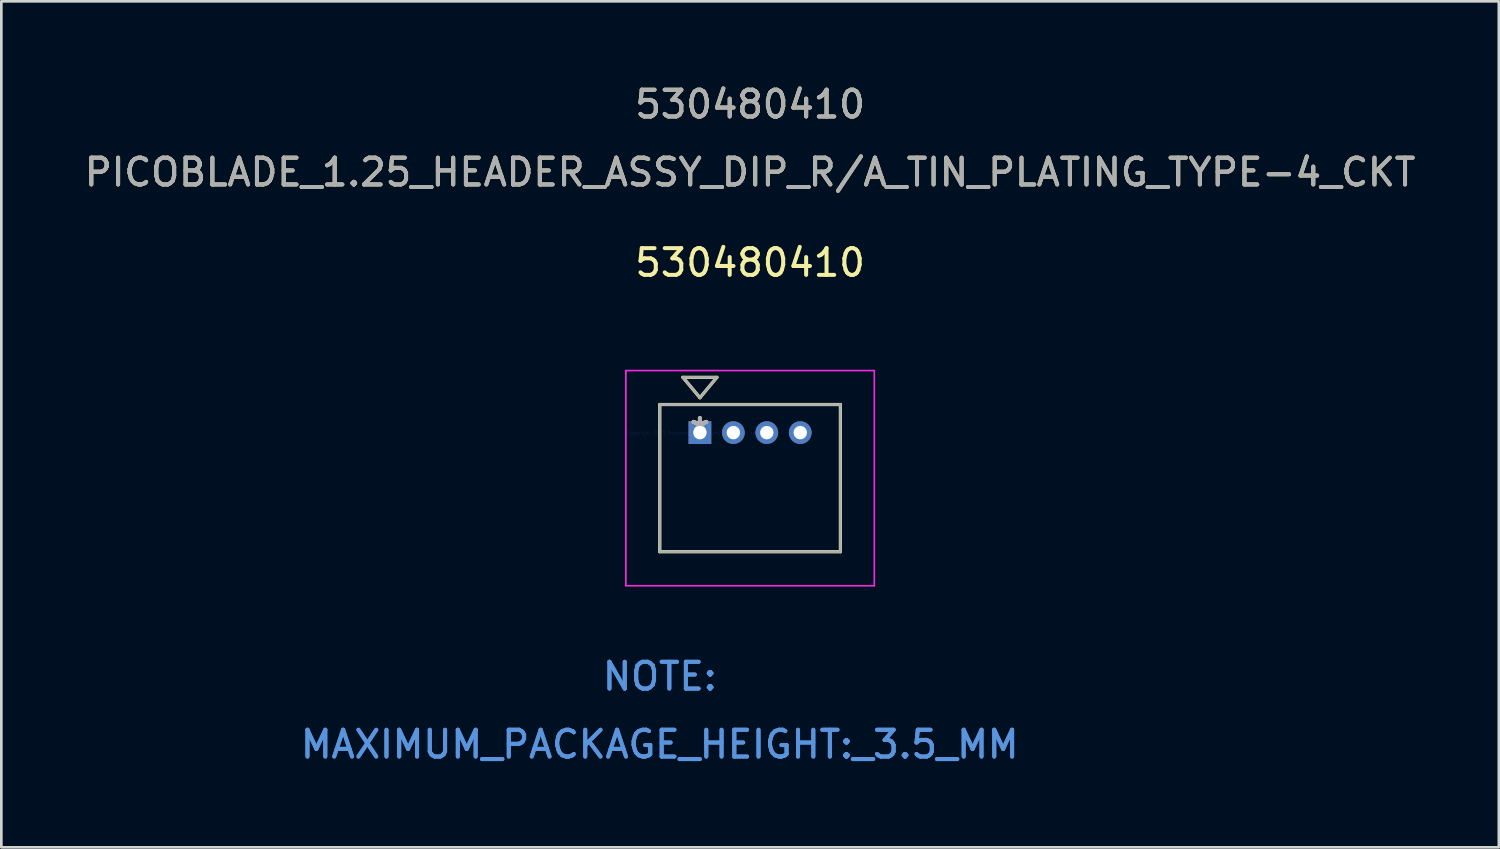
<source format=kicad_pcb>
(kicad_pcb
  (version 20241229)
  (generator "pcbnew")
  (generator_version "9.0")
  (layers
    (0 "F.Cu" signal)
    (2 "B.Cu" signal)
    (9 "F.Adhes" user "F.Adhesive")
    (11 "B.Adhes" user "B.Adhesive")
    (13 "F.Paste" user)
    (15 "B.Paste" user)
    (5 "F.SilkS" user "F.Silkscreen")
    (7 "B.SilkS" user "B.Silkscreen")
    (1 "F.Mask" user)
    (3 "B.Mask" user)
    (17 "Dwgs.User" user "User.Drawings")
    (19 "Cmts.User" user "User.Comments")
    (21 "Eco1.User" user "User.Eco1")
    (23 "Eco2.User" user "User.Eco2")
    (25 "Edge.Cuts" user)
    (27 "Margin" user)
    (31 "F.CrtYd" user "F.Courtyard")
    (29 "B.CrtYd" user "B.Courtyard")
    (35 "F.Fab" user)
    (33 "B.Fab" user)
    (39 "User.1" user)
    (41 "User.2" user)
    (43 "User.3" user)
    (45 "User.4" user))
  (footprint "530480410"
    (layer "F.Cu")
    (at 23.107 13.118)
    (property "Reference" "530480410" (at 1.875 -6.35 0) (layer "F.SilkS") (effects (font (size 1 1) (thickness 0.15))))
    (attr through_hole)
    (fp_line (start -1.5 -1.05) (end -1.5 4.45) (stroke (width 0.12) (type solid)) (layer "F.SilkS"))
    (fp_line (start -1.5 4.45) (end 5.25 4.45) (stroke (width 0.12) (type solid)) (layer "F.SilkS"))
    (fp_line (start -0.635 -2.066) (end 0 -1.304) (stroke (width 0.12) (type solid)) (layer "F.SilkS"))
    (fp_line (start 0 -1.304) (end 0.635 -2.066) (stroke (width 0.12) (type solid)) (layer "F.SilkS"))
    (fp_line (start 0.635 -2.066) (end -0.635 -2.066) (stroke (width 0.12) (type solid)) (layer "F.SilkS"))
    (fp_line (start 5.25 -1.05) (end -1.5 -1.05) (stroke (width 0.12) (type solid)) (layer "F.SilkS"))
    (fp_line (start 5.25 4.45) (end 5.25 -1.05) (stroke (width 0.12) (type solid)) (layer "F.SilkS"))
    (fp_line (start -2.77 -2.32) (end -2.77 5.72) (stroke (width 0.05) (type solid)) (layer "F.CrtYd"))
    (fp_line (start -2.77 -2.32) (end -2.77 5.72) (stroke (width 0.05) (type solid)) (layer "F.CrtYd"))
    (fp_line (start -2.77 5.72) (end 6.52 5.72) (stroke (width 0.05) (type solid)) (layer "F.CrtYd"))
    (fp_line (start -2.77 5.72) (end 6.52 5.72) (stroke (width 0.05) (type solid)) (layer "F.CrtYd"))
    (fp_line (start 6.52 -2.32) (end -2.77 -2.32) (stroke (width 0.05) (type solid)) (layer "F.CrtYd"))
    (fp_line (start 6.52 -2.32) (end -2.77 -2.32) (stroke (width 0.05) (type solid)) (layer "F.CrtYd"))
    (fp_line (start 6.52 5.72) (end 6.52 -2.32) (stroke (width 0.05) (type solid)) (layer "F.CrtYd"))
    (fp_line (start 6.52 5.72) (end 6.52 -2.32) (stroke (width 0.05) (type solid)) (layer "F.CrtYd"))
    (fp_line (start -1.5 -1.05) (end -1.5 4.45) (stroke (width 0.1) (type solid)) (layer "F.Fab"))
    (fp_line (start -1.5 4.45) (end 5.25 4.45) (stroke (width 0.1) (type solid)) (layer "F.Fab"))
    (fp_line (start -0.635 -2.066) (end 0 -1.304) (stroke (width 0.1) (type solid)) (layer "F.Fab"))
    (fp_line (start 0 -1.304) (end 0.635 -2.066) (stroke (width 0.1) (type solid)) (layer "F.Fab"))
    (fp_line (start 0.635 -2.066) (end -0.635 -2.066) (stroke (width 0.1) (type solid)) (layer "F.Fab"))
    (fp_line (start 5.25 -1.05) (end -1.5 -1.05) (stroke (width 0.1) (type solid)) (layer "F.Fab"))
    (fp_line (start 5.25 4.45) (end 5.25 -1.05) (stroke (width 0.1) (type solid)) (layer "F.Fab"))
    (fp_text user "530480410" (at 1.875 -12.27 0) (layer "F.SilkS") (effects (font (size 1 1) (thickness 0.15))))
    (fp_text user "PICOBLADE_1.25_HEADER_ASSY_DIP_R/A_TIN_PLATING_TYPE-4_CKT" (at 1.875 -9.73 0) (layer "F.SilkS") (effects (font (size 1 1) (thickness 0.15))))
    (fp_text user "*" (at 0 0 0) (layer "F.SilkS") (effects (font (size 1 1) (thickness 0.15))))
    (fp_text user "Copyright 2021 Accelerated Designs. All rights reserved." (at 0 0 0) (layer "Cmts.User") (effects (font (size 0.127 0.127) (thickness 0.002))))
    (fp_text user "NOTE:" (at -1.5 9.11 0) (layer "Cmts.User") (effects (font (size 1 1) (thickness 0.15))))
    (fp_text user "MAXIMUM_PACKAGE_HEIGHT:_3.5_MM" (at -1.5 11.65 0) (layer "Cmts.User") (effects (font (size 1 1) (thickness 0.15))))
    (fp_text user "MAXIMUM_PACKAGE_HEIGHT:_3.5_MM" (at -1.5 11.65 0) (layer "Cmts.User") (effects (font (size 1 1) (thickness 0.15))))
    (fp_text user "NOTE:" (at -1.5 9.11 0) (layer "Cmts.User") (effects (font (size 1 1) (thickness 0.15))))
    (fp_text user "*" (at 0 0 0) (layer "F.Fab") (effects (font (size 1 1) (thickness 0.15))))
    (fp_text user "PICOBLADE_1.25_HEADER_ASSY_DIP_R/A_TIN_PLATING_TYPE-4_CKT" (at 1.875 -9.73 0) (layer "F.Fab") (effects (font (size 1 1) (thickness 0.15))))
    (fp_text user "530480410" (at 1.875 -12.27 0) (layer "F.Fab") (effects (font (size 1 1) (thickness 0.15))))
    (pad "1" thru_hole rect (at 0 0) (size 0.85 0.85) (drill 0.5) (layers "*.Cu" "*.Mask"))
    (pad "2" thru_hole circle (at 1.25 0) (size 0.85 0.85) (drill 0.5) (layers "*.Cu" "*.Mask"))
    (pad "3" thru_hole circle (at 2.5 0) (size 0.85 0.85) (drill 0.5) (layers "*.Cu" "*.Mask"))
    (pad "4" thru_hole circle (at 3.75 0) (size 0.85 0.85) (drill 0.5) (layers "*.Cu" "*.Mask")))
  (gr_rect
    (start -3 -3)
    (end 52.964 28.616)
    (stroke (width 0.1) (type default))
    (fill no)
    (layer "Edge.Cuts")))
</source>
